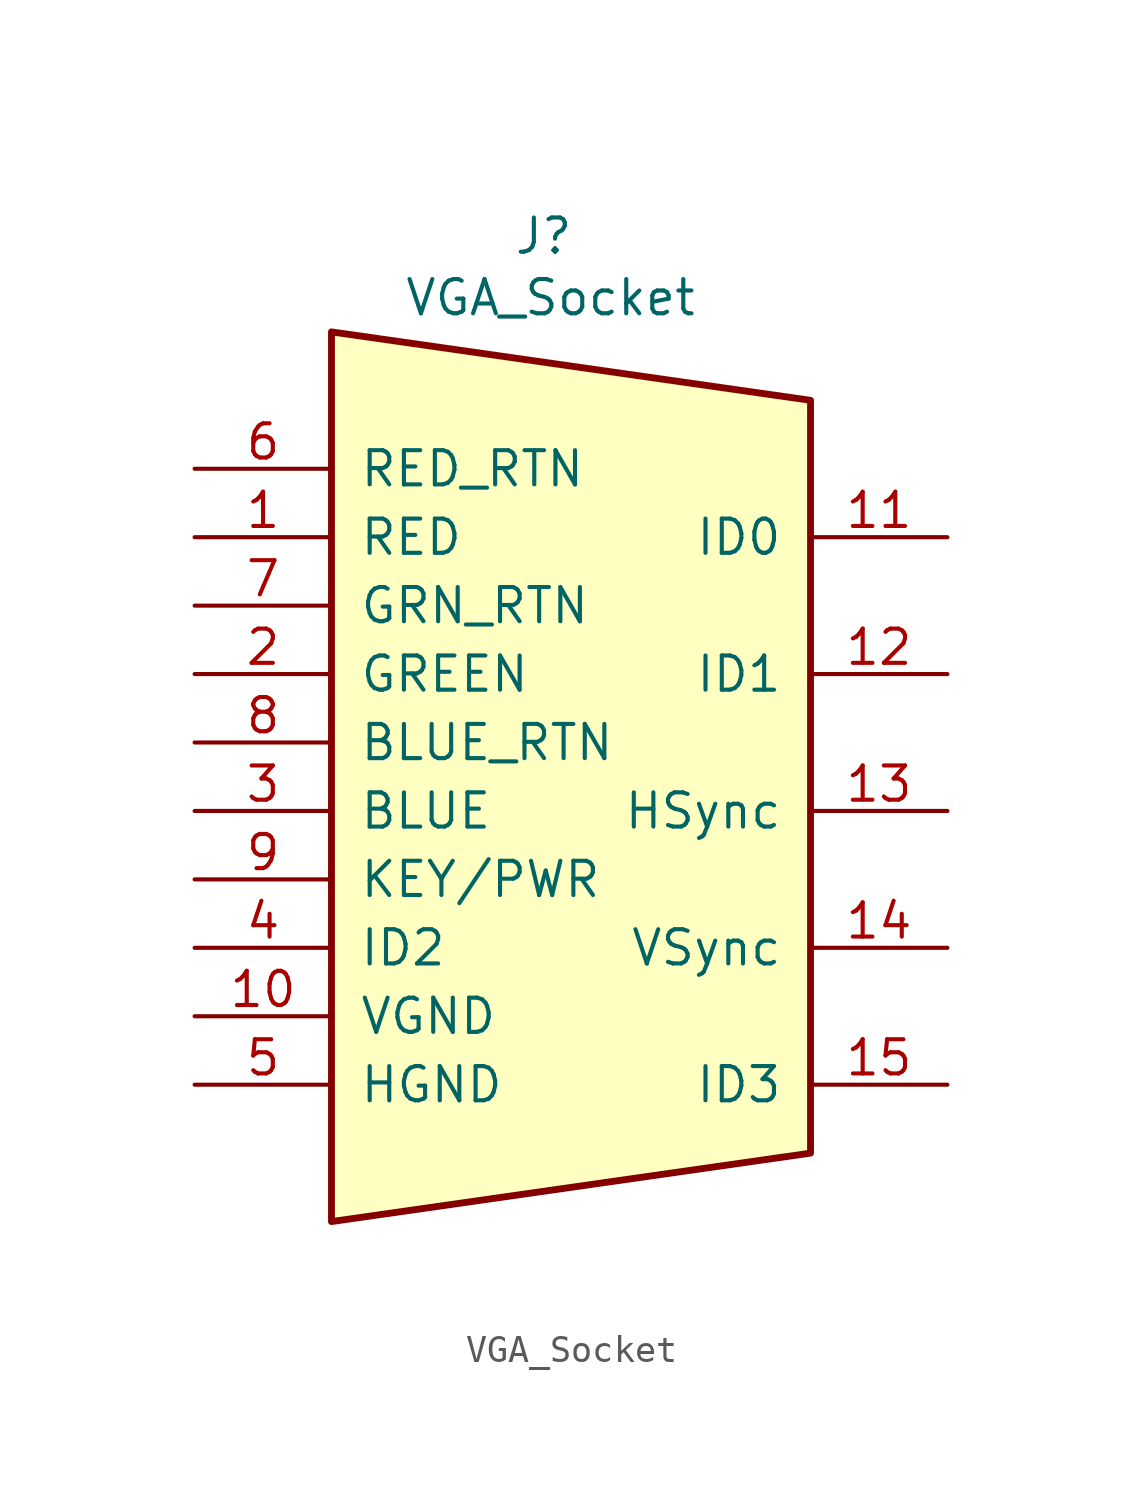
<source format=kicad_sym>
(kicad_symbol_lib
  (version 20241209)
  (generator "kicad_symbol_editor")
  (generator_version "9.0")
  (symbol "VGA_Socket"
    (pin_names
      (offset 1.016))
    (property "Reference" "J"
      (at 5.334 21.336 0)
      (effects (font (size 1.27 1.27))))
    (property "Value" "VGA_Socket"
      (at 5.588 19.05 0)
      (effects (font (size 1.27 1.27))))
    (symbol "VGA_Socket_0_1"
      (polyline (pts (xy -2.54 17.78) (xy -2.54 -15.24) (xy 15.24 -12.7) (xy 15.24 15.24) (xy -2.54 17.78)) (stroke (width 0.254) (type default)) (fill (type background))))
    (symbol "VGA_Socket_1_1"
      (pin passive line (at -7.62 12.7 0) (length 5.08) (name "RED_RTN" (effects (font (size 1.27 1.27)))) (number "6" (effects (font (size 1.27 1.27)))))
      (pin passive line (at -7.62 10.16 0) (length 5.08) (name "RED" (effects (font (size 1.27 1.27)))) (number "1" (effects (font (size 1.27 1.27)))))
      (pin passive line (at -7.62 7.62 0) (length 5.08) (name "GRN_RTN" (effects (font (size 1.27 1.27)))) (number "7" (effects (font (size 1.27 1.27)))))
      (pin passive line (at -7.62 5.08 0) (length 5.08) (name "GREEN" (effects (font (size 1.27 1.27)))) (number "2" (effects (font (size 1.27 1.27)))))
      (pin passive line (at -7.62 2.54 0) (length 5.08) (name "BLUE_RTN" (effects (font (size 1.27 1.27)))) (number "8" (effects (font (size 1.27 1.27)))))
      (pin passive line (at -7.62 0 0) (length 5.08) (name "BLUE" (effects (font (size 1.27 1.27)))) (number "3" (effects (font (size 1.27 1.27)))))
      (pin passive line (at -7.62 -2.54 0) (length 5.08) (name "KEY/PWR" (effects (font (size 1.27 1.27)))) (number "9" (effects (font (size 1.27 1.27)))))
      (pin passive line (at -7.62 -5.08 0) (length 5.08) (name "ID2" (effects (font (size 1.27 1.27)))) (number "4" (effects (font (size 1.27 1.27)))))
      (pin passive line (at -7.62 -7.62 0) (length 5.08) (name "VGND" (effects (font (size 1.27 1.27)))) (number "10" (effects (font (size 1.27 1.27)))))
      (pin passive line (at -7.62 -10.16 0) (length 5.08) (name "HGND" (effects (font (size 1.27 1.27)))) (number "5" (effects (font (size 1.27 1.27)))))
      (pin passive line (at 20.32 10.16 180) (length 5.08) (name "ID0" (effects (font (size 1.27 1.27)))) (number "11" (effects (font (size 1.27 1.27)))))
      (pin passive line (at 20.32 5.08 180) (length 5.08) (name "ID1" (effects (font (size 1.27 1.27)))) (number "12" (effects (font (size 1.27 1.27)))))
      (pin passive line (at 20.32 0 180) (length 5.08) (name "HSync" (effects (font (size 1.27 1.27)))) (number "13" (effects (font (size 1.27 1.27)))))
      (pin passive line (at 20.32 -5.08 180) (length 5.08) (name "VSync" (effects (font (size 1.27 1.27)))) (number "14" (effects (font (size 1.27 1.27)))))
      (pin passive line (at 20.32 -10.16 180) (length 5.08) (name "ID3" (effects (font (size 1.27 1.27)))) (number "15" (effects (font (size 1.27 1.27))))))))
</source>
